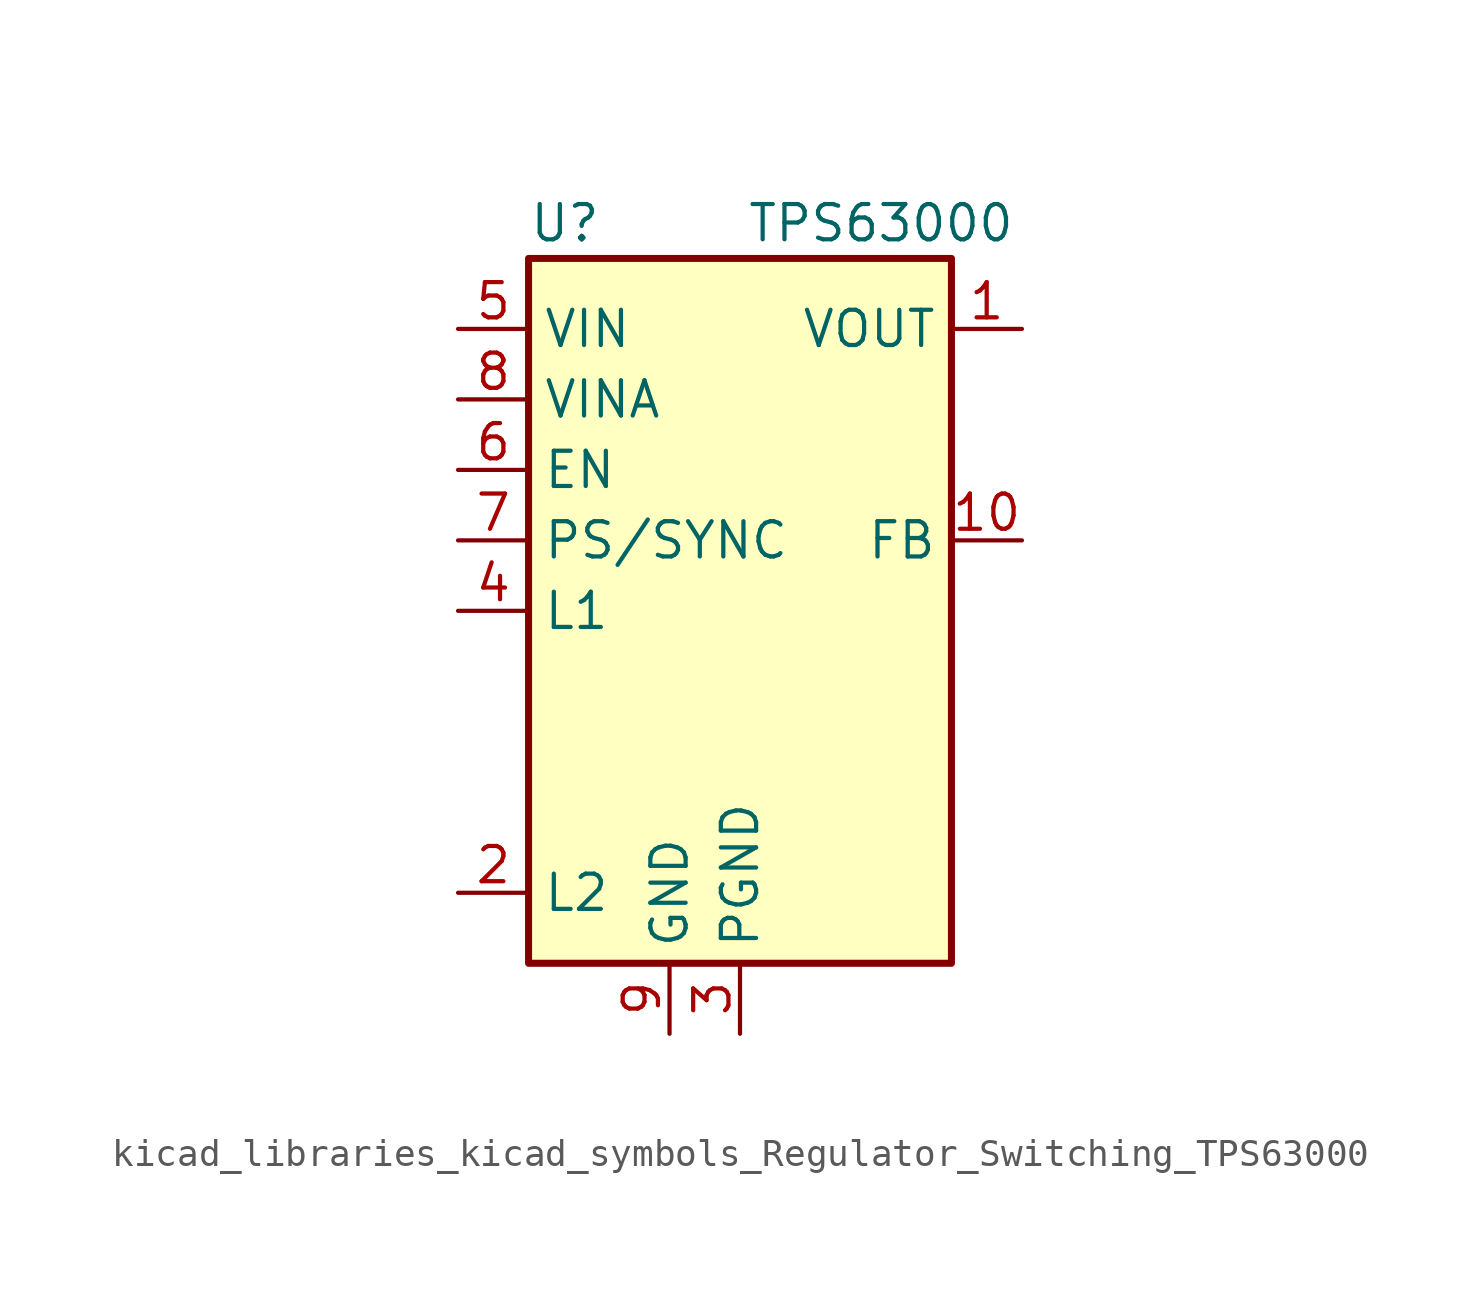
<source format=kicad_sym>
(kicad_symbol_lib
  (version 20220914)
  (generator kicad_symbol_editor)
  (symbol "kicad_libraries_kicad_symbols_Regulator_Switching_TPS63000"
    (property "Reference" "U"
      (at -7.62 13.97 0)
      (effects (font (size 1.27 1.27)) (justify left)))
    (property "Value" "TPS63000"
      (at 5.08 13.97 0)
      (effects (font (size 1.27 1.27))))
    (symbol "kicad_libraries_kicad_symbols_Regulator_Switching_TPS63000_0_1"
      (rectangle (start -7.62 12.7) (end 7.62 -12.7) (stroke (width 0.254) (type default)) (fill (type background))))
    (symbol "kicad_libraries_kicad_symbols_Regulator_Switching_TPS63000_1_1"
      (pin power_out line (at 10.16 10.16 180) (length 2.54) (name "VOUT" (effects (font (size 1.27 1.27)))) (number "1" (effects (font (size 1.27 1.27)))))
      (pin input line (at 10.16 2.54 180) (length 2.54) (name "FB" (effects (font (size 1.27 1.27)))) (number "10" (effects (font (size 1.27 1.27)))))
      (pin passive line (at 0 -15.24 90) (length 2.54) hide (name "PGND" (effects (font (size 1.27 1.27)))) (number "11" (effects (font (size 1.27 1.27)))))
      (pin input line (at -10.16 -10.16 0) (length 2.54) (name "L2" (effects (font (size 1.27 1.27)))) (number "2" (effects (font (size 1.27 1.27)))))
      (pin power_in line (at 0 -15.24 90) (length 2.54) (name "PGND" (effects (font (size 1.27 1.27)))) (number "3" (effects (font (size 1.27 1.27)))))
      (pin input line (at -10.16 0 0) (length 2.54) (name "L1" (effects (font (size 1.27 1.27)))) (number "4" (effects (font (size 1.27 1.27)))))
      (pin power_in line (at -10.16 10.16 0) (length 2.54) (name "VIN" (effects (font (size 1.27 1.27)))) (number "5" (effects (font (size 1.27 1.27)))))
      (pin input line (at -10.16 5.08 0) (length 2.54) (name "EN" (effects (font (size 1.27 1.27)))) (number "6" (effects (font (size 1.27 1.27)))))
      (pin input line (at -10.16 2.54 0) (length 2.54) (name "PS/SYNC" (effects (font (size 1.27 1.27)))) (number "7" (effects (font (size 1.27 1.27)))))
      (pin power_in line (at -10.16 7.62 0) (length 2.54) (name "VINA" (effects (font (size 1.27 1.27)))) (number "8" (effects (font (size 1.27 1.27)))))
      (pin power_in line (at -2.54 -15.24 90) (length 2.54) (name "GND" (effects (font (size 1.27 1.27)))) (number "9" (effects (font (size 1.27 1.27))))))))
</source>
